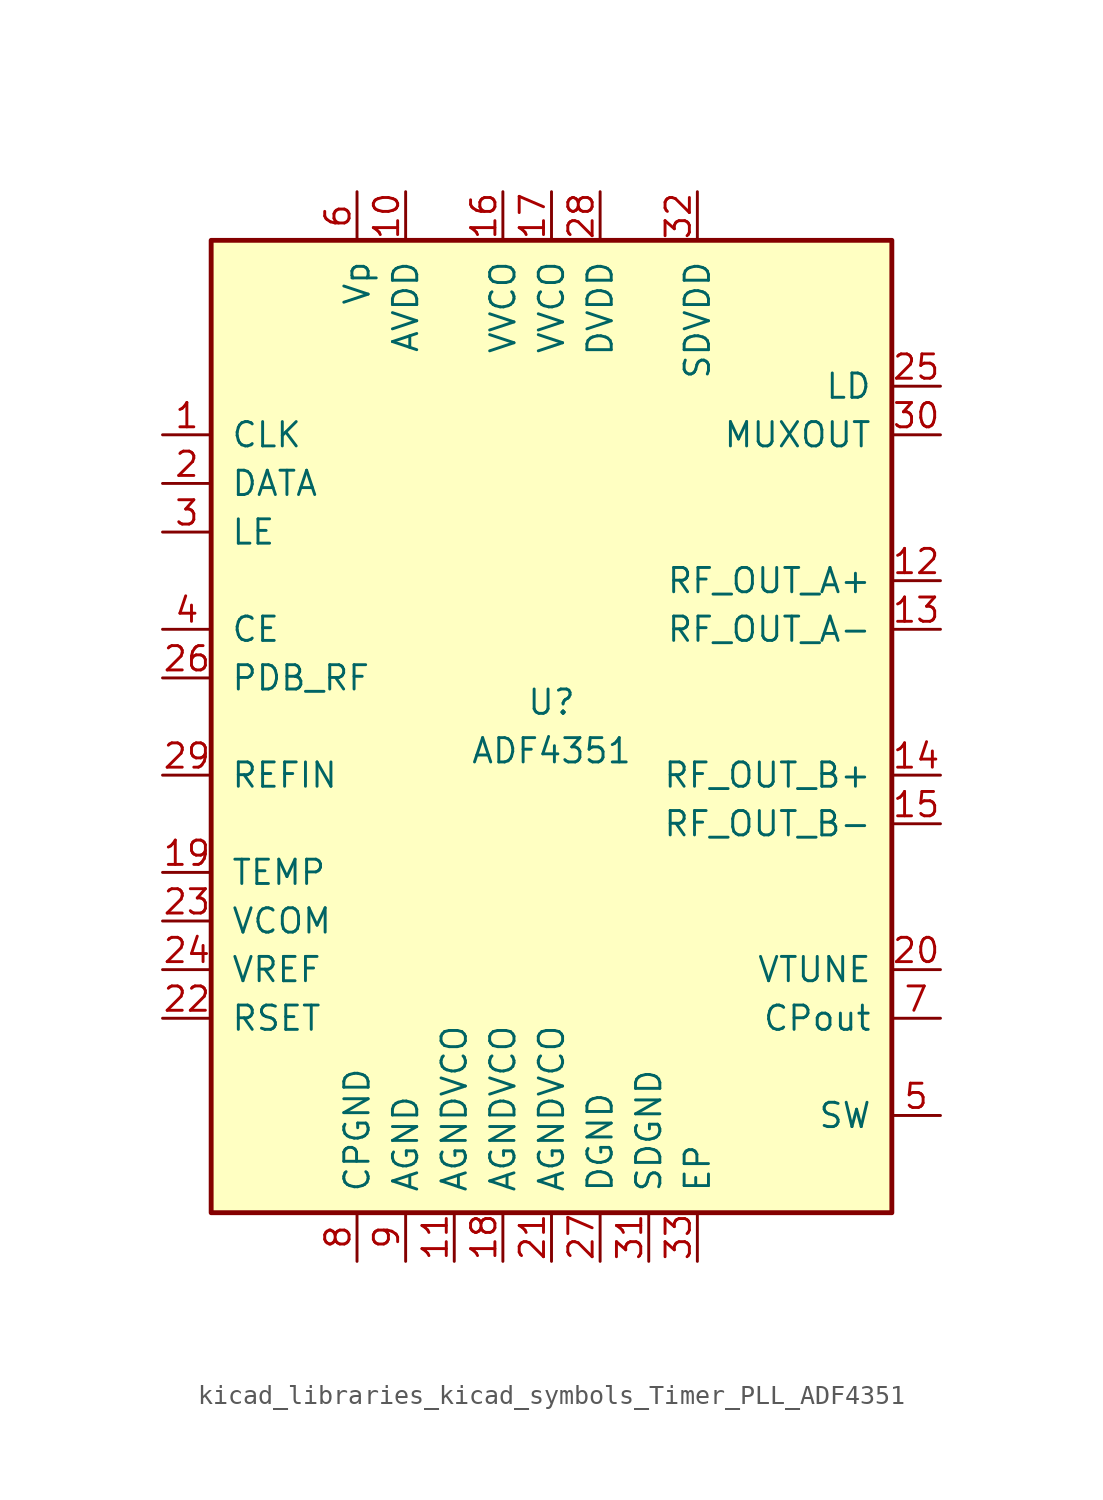
<source format=kicad_sym>
(kicad_symbol_lib
  (version 20220914)
  (generator kicad_symbol_editor)
  (symbol "kicad_libraries_kicad_symbols_Timer_PLL_ADF4351"
    (pin_names
      (offset 1.016))
    (property "Reference" "U"
      (at 0 1.27 0)
      (effects (font (size 1.27 1.27))))
    (property "Value" "ADF4351"
      (at 0 -1.27 0)
      (effects (font (size 1.27 1.27))))
    (symbol "kicad_libraries_kicad_symbols_Timer_PLL_ADF4351_0_1"
      (rectangle (start 17.78 25.4) (end -17.78 -25.4) (stroke (width 0.254) (type default)) (fill (type background))))
    (symbol "kicad_libraries_kicad_symbols_Timer_PLL_ADF4351_1_1"
      (pin input line (at -20.32 15.24 0) (length 2.54) (name "CLK" (effects (font (size 1.27 1.27)))) (number "1" (effects (font (size 1.27 1.27)))))
      (pin power_in line (at -7.62 27.94 270) (length 2.54) (name "AVDD" (effects (font (size 1.27 1.27)))) (number "10" (effects (font (size 1.27 1.27)))))
      (pin power_in line (at -5.08 -27.94 90) (length 2.54) (name "AGNDVCO" (effects (font (size 1.27 1.27)))) (number "11" (effects (font (size 1.27 1.27)))))
      (pin output line (at 20.32 7.62 180) (length 2.54) (name "RF_OUT_A+" (effects (font (size 1.27 1.27)))) (number "12" (effects (font (size 1.27 1.27)))))
      (pin output line (at 20.32 5.08 180) (length 2.54) (name "RF_OUT_A-" (effects (font (size 1.27 1.27)))) (number "13" (effects (font (size 1.27 1.27)))))
      (pin output line (at 20.32 -2.54 180) (length 2.54) (name "RF_OUT_B+" (effects (font (size 1.27 1.27)))) (number "14" (effects (font (size 1.27 1.27)))))
      (pin output line (at 20.32 -5.08 180) (length 2.54) (name "RF_OUT_B-" (effects (font (size 1.27 1.27)))) (number "15" (effects (font (size 1.27 1.27)))))
      (pin power_in line (at -2.54 27.94 270) (length 2.54) (name "VVCO" (effects (font (size 1.27 1.27)))) (number "16" (effects (font (size 1.27 1.27)))))
      (pin power_in line (at 0 27.94 270) (length 2.54) (name "VVCO" (effects (font (size 1.27 1.27)))) (number "17" (effects (font (size 1.27 1.27)))))
      (pin power_in line (at -2.54 -27.94 90) (length 2.54) (name "AGNDVCO" (effects (font (size 1.27 1.27)))) (number "18" (effects (font (size 1.27 1.27)))))
      (pin input line (at -20.32 -7.62 0) (length 2.54) (name "TEMP" (effects (font (size 1.27 1.27)))) (number "19" (effects (font (size 1.27 1.27)))))
      (pin input line (at -20.32 12.7 0) (length 2.54) (name "DATA" (effects (font (size 1.27 1.27)))) (number "2" (effects (font (size 1.27 1.27)))))
      (pin input line (at 20.32 -12.7 180) (length 2.54) (name "VTUNE" (effects (font (size 1.27 1.27)))) (number "20" (effects (font (size 1.27 1.27)))))
      (pin power_in line (at 0 -27.94 90) (length 2.54) (name "AGNDVCO" (effects (font (size 1.27 1.27)))) (number "21" (effects (font (size 1.27 1.27)))))
      (pin input line (at -20.32 -15.24 0) (length 2.54) (name "RSET" (effects (font (size 1.27 1.27)))) (number "22" (effects (font (size 1.27 1.27)))))
      (pin input line (at -20.32 -10.16 0) (length 2.54) (name "VCOM" (effects (font (size 1.27 1.27)))) (number "23" (effects (font (size 1.27 1.27)))))
      (pin input line (at -20.32 -12.7 0) (length 2.54) (name "VREF" (effects (font (size 1.27 1.27)))) (number "24" (effects (font (size 1.27 1.27)))))
      (pin input line (at 20.32 17.78 180) (length 2.54) (name "LD" (effects (font (size 1.27 1.27)))) (number "25" (effects (font (size 1.27 1.27)))))
      (pin input line (at -20.32 2.54 0) (length 2.54) (name "PDB_RF" (effects (font (size 1.27 1.27)))) (number "26" (effects (font (size 1.27 1.27)))))
      (pin power_in line (at 2.54 -27.94 90) (length 2.54) (name "DGND" (effects (font (size 1.27 1.27)))) (number "27" (effects (font (size 1.27 1.27)))))
      (pin power_in line (at 2.54 27.94 270) (length 2.54) (name "DVDD" (effects (font (size 1.27 1.27)))) (number "28" (effects (font (size 1.27 1.27)))))
      (pin input line (at -20.32 -2.54 0) (length 2.54) (name "REFIN" (effects (font (size 1.27 1.27)))) (number "29" (effects (font (size 1.27 1.27)))))
      (pin input line (at -20.32 10.16 0) (length 2.54) (name "LE" (effects (font (size 1.27 1.27)))) (number "3" (effects (font (size 1.27 1.27)))))
      (pin output line (at 20.32 15.24 180) (length 2.54) (name "MUXOUT" (effects (font (size 1.27 1.27)))) (number "30" (effects (font (size 1.27 1.27)))))
      (pin power_in line (at 5.08 -27.94 90) (length 2.54) (name "SDGND" (effects (font (size 1.27 1.27)))) (number "31" (effects (font (size 1.27 1.27)))))
      (pin power_in line (at 7.62 27.94 270) (length 2.54) (name "SDVDD" (effects (font (size 1.27 1.27)))) (number "32" (effects (font (size 1.27 1.27)))))
      (pin power_in line (at 7.62 -27.94 90) (length 2.54) (name "EP" (effects (font (size 1.27 1.27)))) (number "33" (effects (font (size 1.27 1.27)))))
      (pin input line (at -20.32 5.08 0) (length 2.54) (name "CE" (effects (font (size 1.27 1.27)))) (number "4" (effects (font (size 1.27 1.27)))))
      (pin input line (at 20.32 -20.32 180) (length 2.54) (name "SW" (effects (font (size 1.27 1.27)))) (number "5" (effects (font (size 1.27 1.27)))))
      (pin power_in line (at -10.16 27.94 270) (length 2.54) (name "Vp" (effects (font (size 1.27 1.27)))) (number "6" (effects (font (size 1.27 1.27)))))
      (pin input line (at 20.32 -15.24 180) (length 2.54) (name "CPout" (effects (font (size 1.27 1.27)))) (number "7" (effects (font (size 1.27 1.27)))))
      (pin power_in line (at -10.16 -27.94 90) (length 2.54) (name "CPGND" (effects (font (size 1.27 1.27)))) (number "8" (effects (font (size 1.27 1.27)))))
      (pin power_in line (at -7.62 -27.94 90) (length 2.54) (name "AGND" (effects (font (size 1.27 1.27)))) (number "9" (effects (font (size 1.27 1.27))))))))
</source>
